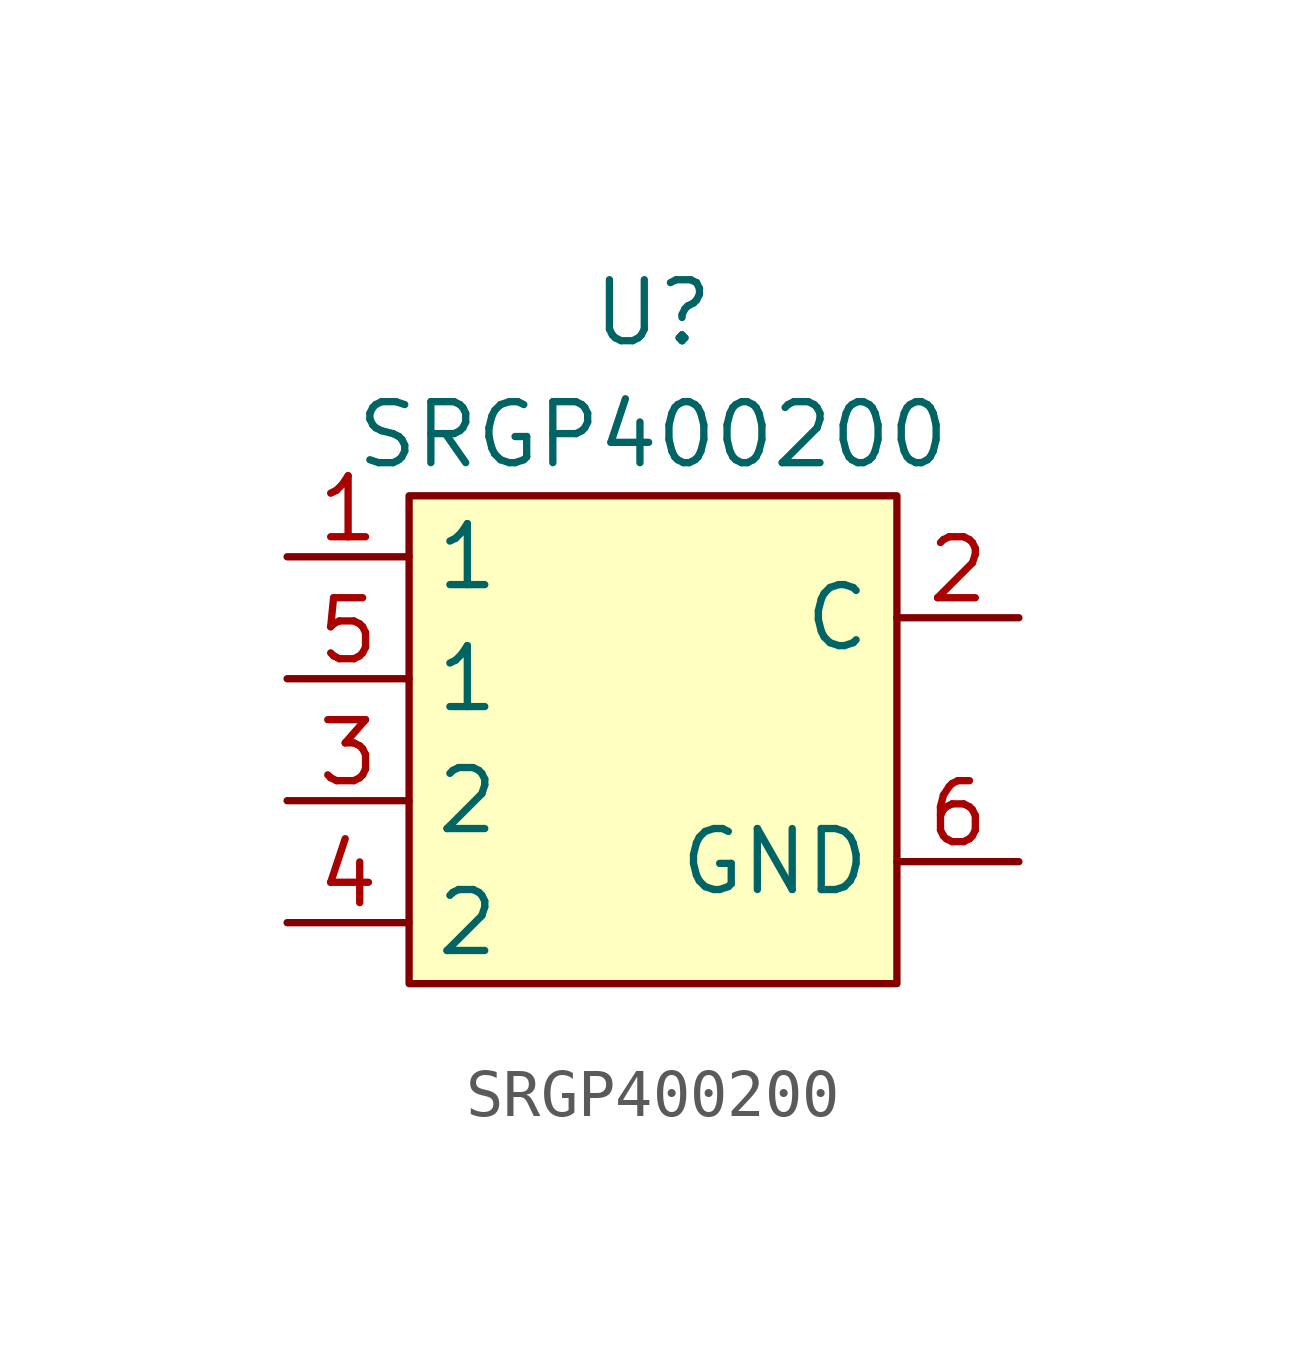
<source format=kicad_sym>
(kicad_symbol_lib
  (version 20220914)
  (generator kicad_symbol_editor)
  (symbol "SRGP400200"
    (property "Reference" "U"
      (at 0 8.89 0)
      (effects (font (size 1.27 1.27))))
    (property "Value" "SRGP400200"
      (at 0 6.35 0)
      (effects (font (size 1.27 1.27))))
    (symbol "SRGP400200_1_1"
      (rectangle (start -5.08 5.08) (end 5.08 -5.08) (stroke (width 0) (type default)) (fill (type background)))
      (pin input line (at -7.62 3.81 0) (length 2.54) (name "1" (effects (font (size 1.27 1.27)))) (number "1" (effects (font (size 1.27 1.27)))))
      (pin input line (at 7.62 2.54 180) (length 2.54) (name "C" (effects (font (size 1.27 1.27)))) (number "2" (effects (font (size 1.27 1.27)))))
      (pin input line (at -7.62 -1.27 0) (length 2.54) (name "2" (effects (font (size 1.27 1.27)))) (number "3" (effects (font (size 1.27 1.27)))))
      (pin input line (at -7.62 -3.81 0) (length 2.54) (name "2" (effects (font (size 1.27 1.27)))) (number "4" (effects (font (size 1.27 1.27)))))
      (pin input line (at -7.62 1.27 0) (length 2.54) (name "1" (effects (font (size 1.27 1.27)))) (number "5" (effects (font (size 1.27 1.27)))))
      (pin input line (at 7.62 -2.54 180) (length 2.54) (name "GND" (effects (font (size 1.27 1.27)))) (number "6" (effects (font (size 1.27 1.27))))))))
</source>
